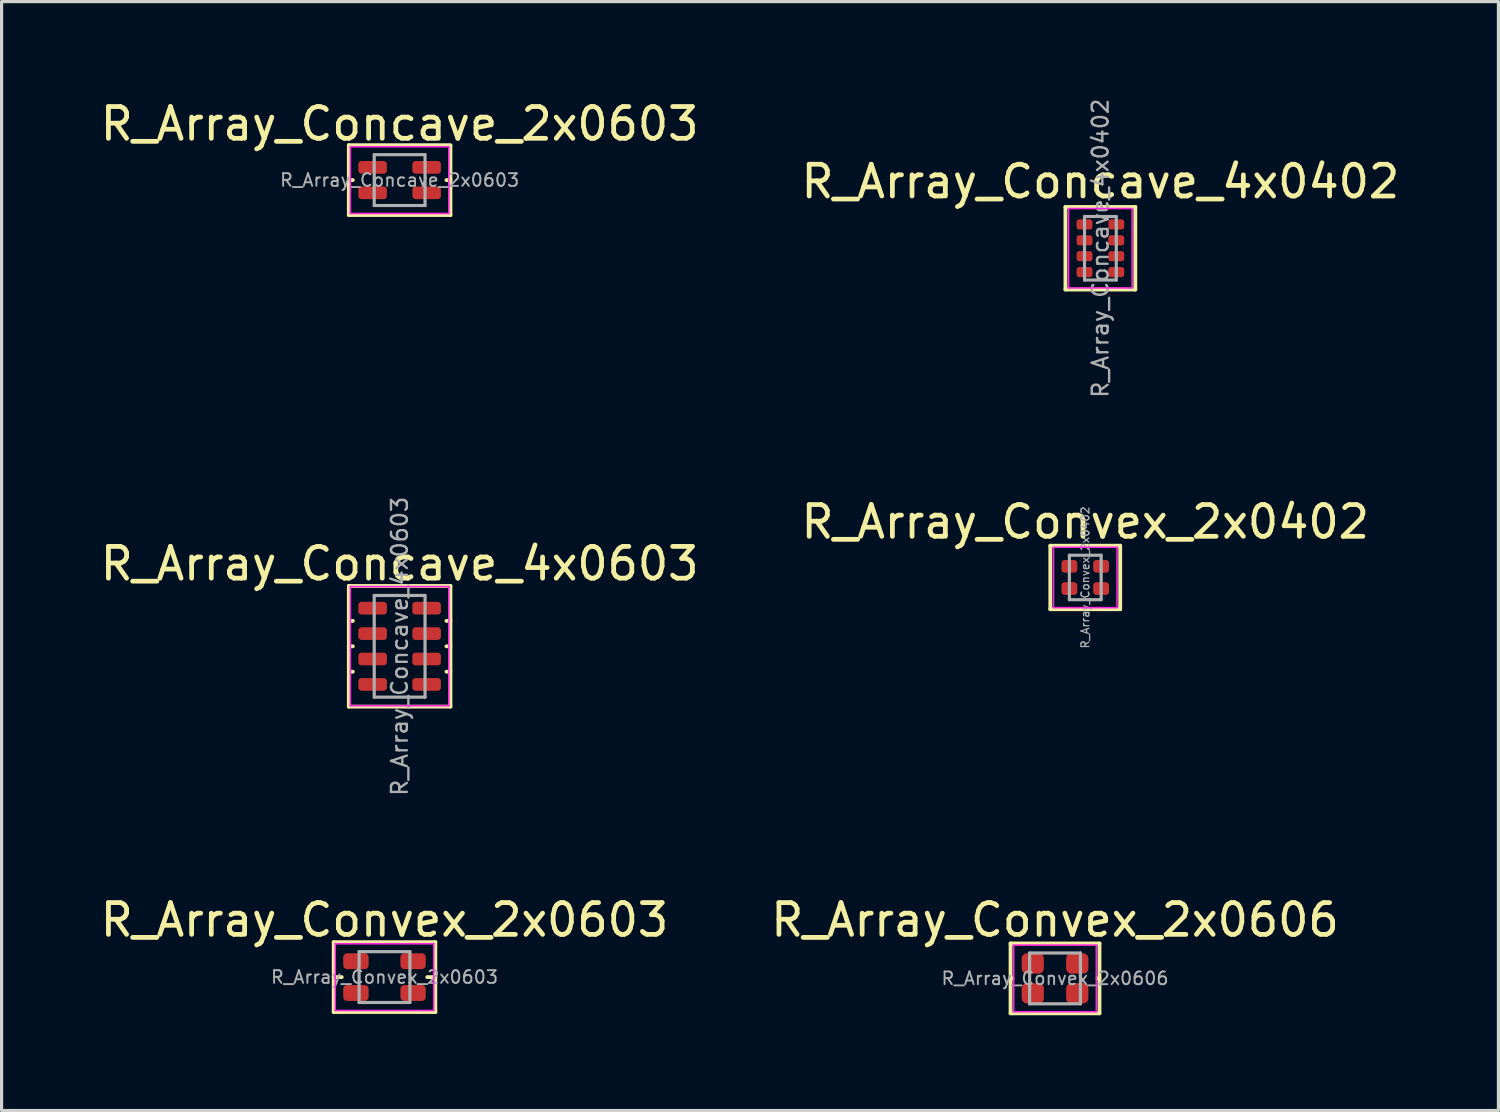
<source format=kicad_pcb>
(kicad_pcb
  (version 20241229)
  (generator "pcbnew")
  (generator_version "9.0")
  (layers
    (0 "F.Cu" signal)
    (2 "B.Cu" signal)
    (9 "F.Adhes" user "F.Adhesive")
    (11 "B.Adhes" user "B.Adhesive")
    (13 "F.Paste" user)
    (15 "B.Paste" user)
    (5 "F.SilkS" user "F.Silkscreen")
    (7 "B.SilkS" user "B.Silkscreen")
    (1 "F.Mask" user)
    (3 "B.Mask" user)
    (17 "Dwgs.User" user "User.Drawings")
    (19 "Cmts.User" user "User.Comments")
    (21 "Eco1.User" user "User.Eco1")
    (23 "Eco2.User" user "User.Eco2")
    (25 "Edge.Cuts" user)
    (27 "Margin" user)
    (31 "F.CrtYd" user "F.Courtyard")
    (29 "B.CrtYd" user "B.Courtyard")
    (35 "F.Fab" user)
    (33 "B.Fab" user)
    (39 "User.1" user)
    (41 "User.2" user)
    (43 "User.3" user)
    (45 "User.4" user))
  (footprint "R_Array_Concave_4x0402"
    (layer "F.Cu")
    (at 31.589 4.765)
    (property "Reference" "R_Array_Concave_4x0402" (at 0 -2.1 0) (layer "F.SilkS") (effects (font (size 1 1) (thickness 0.15))))
    (attr smd)
    (fp_line (start -1.1 -1.3) (end -1.1 1.3) (stroke (width 0.12) (type solid)) (layer "F.SilkS"))
    (fp_line (start -1.1 1.3) (end 1.1 1.3) (stroke (width 0.12) (type solid)) (layer "F.SilkS"))
    (fp_line (start 1.1 -1.3) (end -1.1 -1.3) (stroke (width 0.12) (type solid)) (layer "F.SilkS"))
    (fp_line (start 1.1 1.3) (end 1.1 -1.3) (stroke (width 0.12) (type solid)) (layer "F.SilkS"))
    (fp_line (start -1 -1.25) (end -1 1.25) (stroke (width 0.05) (type solid)) (layer "F.CrtYd"))
    (fp_line (start -1 -1.25) (end 1 -1.25) (stroke (width 0.05) (type solid)) (layer "F.CrtYd"))
    (fp_line (start 1 1.25) (end -1 1.25) (stroke (width 0.05) (type solid)) (layer "F.CrtYd"))
    (fp_line (start 1 1.25) (end 1 -1.25) (stroke (width 0.05) (type solid)) (layer "F.CrtYd"))
    (fp_line (start -0.5 -1) (end 0.5 -1) (stroke (width 0.1) (type solid)) (layer "F.Fab"))
    (fp_line (start -0.5 1) (end -0.5 -1) (stroke (width 0.1) (type solid)) (layer "F.Fab"))
    (fp_line (start 0.5 -1) (end 0.5 1) (stroke (width 0.1) (type solid)) (layer "F.Fab"))
    (fp_line (start 0.5 1) (end -0.5 1) (stroke (width 0.1) (type solid)) (layer "F.Fab"))
    (fp_text user "${REFERENCE}" (at 0 0 90) (layer "F.Fab") (effects (font (size 0.5 0.5) (thickness 0.075))))
    (pad "1" smd roundrect (at -0.5 -0.75) (size 0.5 0.32) (layers "F.Cu" "F.Mask" "F.Paste") (roundrect_rratio 0.25))
    (pad "2" smd roundrect (at -0.5 -0.25) (size 0.5 0.32) (layers "F.Cu" "F.Mask" "F.Paste") (roundrect_rratio 0.25))
    (pad "3" smd roundrect (at -0.5 0.25) (size 0.5 0.32) (layers "F.Cu" "F.Mask" "F.Paste") (roundrect_rratio 0.25))
    (pad "4" smd roundrect (at -0.5 0.75) (size 0.5 0.32) (layers "F.Cu" "F.Mask" "F.Paste") (roundrect_rratio 0.25))
    (pad "5" smd roundrect (at 0.5 0.75) (size 0.5 0.32) (layers "F.Cu" "F.Mask" "F.Paste") (roundrect_rratio 0.25))
    (pad "6" smd roundrect (at 0.5 0.25) (size 0.5 0.32) (layers "F.Cu" "F.Mask" "F.Paste") (roundrect_rratio 0.25))
    (pad "7" smd roundrect (at 0.5 -0.25) (size 0.5 0.32) (layers "F.Cu" "F.Mask" "F.Paste") (roundrect_rratio 0.25))
    (pad "8" smd roundrect (at 0.5 -0.75) (size 0.5 0.32) (layers "F.Cu" "F.Mask" "F.Paste") (roundrect_rratio 0.25)))
  (footprint "R_Array_Convex_2x0402"
    (layer "F.Cu")
    (at 31.113 15.128)
    (property "Reference" "R_Array_Convex_2x0402" (at 0 -1.75 0) (layer "F.SilkS") (effects (font (size 1 1) (thickness 0.15))))
    (attr smd)
    (fp_line (start -1.1 -1) (end -1.1 1) (stroke (width 0.12) (type solid)) (layer "F.SilkS"))
    (fp_line (start -1.1 1) (end 1.1 1) (stroke (width 0.12) (type solid)) (layer "F.SilkS"))
    (fp_line (start 1.1 -1) (end -1.1 -1) (stroke (width 0.12) (type solid)) (layer "F.SilkS"))
    (fp_line (start 1.1 1) (end 1.1 -1) (stroke (width 0.12) (type solid)) (layer "F.SilkS"))
    (fp_line (start -1 -0.95) (end -1 0.95) (stroke (width 0.05) (type solid)) (layer "F.CrtYd"))
    (fp_line (start -1 -0.95) (end 1 -0.95) (stroke (width 0.05) (type solid)) (layer "F.CrtYd"))
    (fp_line (start 1 0.95) (end -1 0.95) (stroke (width 0.05) (type solid)) (layer "F.CrtYd"))
    (fp_line (start 1 0.95) (end 1 -0.95) (stroke (width 0.05) (type solid)) (layer "F.CrtYd"))
    (fp_line (start -0.5 -0.7) (end -0.5 0.7) (stroke (width 0.1) (type solid)) (layer "F.Fab"))
    (fp_line (start -0.5 0.7) (end 0.5 0.7) (stroke (width 0.1) (type solid)) (layer "F.Fab"))
    (fp_line (start 0.5 -0.7) (end -0.5 -0.7) (stroke (width 0.1) (type solid)) (layer "F.Fab"))
    (fp_line (start 0.5 0.7) (end 0.5 -0.7) (stroke (width 0.1) (type solid)) (layer "F.Fab"))
    (fp_text user "${REFERENCE}" (at 0 0 90) (layer "F.Fab") (effects (font (size 0.25 0.25) (thickness 0.04))))
    (pad "1" smd roundrect (at -0.5 -0.35) (size 0.5 0.4) (layers "F.Cu" "F.Mask" "F.Paste") (roundrect_rratio 0.25))
    (pad "2" smd roundrect (at -0.5 0.35) (size 0.5 0.4) (layers "F.Cu" "F.Mask" "F.Paste") (roundrect_rratio 0.25))
    (pad "3" smd roundrect (at 0.5 0.35) (size 0.5 0.4) (layers "F.Cu" "F.Mask" "F.Paste") (roundrect_rratio 0.25))
    (pad "4" smd roundrect (at 0.5 -0.35) (size 0.5 0.4) (layers "F.Cu" "F.Mask" "F.Paste") (roundrect_rratio 0.25)))
  (footprint "R_Array_Convex_2x0606"
    (layer "F.Cu")
    (at 30.161 27.749)
    (property "Reference" "R_Array_Convex_2x0606" (at 0 -1.841 0) (layer "F.SilkS") (effects (font (size 1 1) (thickness 0.15))))
    (attr smd)
    (fp_line (start -1.4 -1.1) (end 1.4 -1.1) (stroke (width 0.12) (type solid)) (layer "F.SilkS"))
    (fp_line (start -1.4 1.1) (end -1.4 -1.1) (stroke (width 0.12) (type solid)) (layer "F.SilkS"))
    (fp_line (start -1.337 0) (end -1.4 0) (stroke (width 0.12) (type solid)) (layer "F.SilkS"))
    (fp_line (start 1.4 -1.1) (end 1.4 1.1) (stroke (width 0.12) (type solid)) (layer "F.SilkS"))
    (fp_line (start 1.4 0) (end 1.337 0) (stroke (width 0.12) (type solid)) (layer "F.SilkS"))
    (fp_line (start 1.4 1.1) (end -1.4 1.1) (stroke (width 0.12) (type solid)) (layer "F.SilkS"))
    (fp_line (start -1.3 -1.05) (end -1.3 1.05) (stroke (width 0.05) (type solid)) (layer "F.CrtYd"))
    (fp_line (start -1.3 -1.05) (end 1.3 -1.05) (stroke (width 0.05) (type solid)) (layer "F.CrtYd"))
    (fp_line (start 1.3 1.05) (end -1.3 1.05) (stroke (width 0.05) (type solid)) (layer "F.CrtYd"))
    (fp_line (start 1.3 1.05) (end 1.3 -1.05) (stroke (width 0.05) (type solid)) (layer "F.CrtYd"))
    (fp_line (start -0.8 -0.8) (end 0.8 -0.8) (stroke (width 0.1) (type solid)) (layer "F.Fab"))
    (fp_line (start -0.8 0.8) (end -0.8 -0.8) (stroke (width 0.1) (type solid)) (layer "F.Fab"))
    (fp_line (start 0.8 -0.8) (end 0.8 0.8) (stroke (width 0.1) (type solid)) (layer "F.Fab"))
    (fp_line (start 0.8 0.8) (end -0.8 0.8) (stroke (width 0.1) (type solid)) (layer "F.Fab"))
    (fp_text user "${REFERENCE}" (at 0 0 0) (layer "F.Fab") (effects (font (size 0.4 0.4) (thickness 0.06))))
    (pad "1" smd roundrect (at -0.7 -0.47) (size 0.7 0.64) (layers "F.Cu" "F.Mask" "F.Paste") (roundrect_rratio 0.25))
    (pad "2" smd roundrect (at -0.7 0.47) (size 0.7 0.64) (layers "F.Cu" "F.Mask" "F.Paste") (roundrect_rratio 0.25))
    (pad "3" smd roundrect (at 0.7 0.47) (size 0.7 0.64) (layers "F.Cu" "F.Mask" "F.Paste") (roundrect_rratio 0.25))
    (pad "4" smd roundrect (at 0.7 -0.47) (size 0.7 0.64) (layers "F.Cu" "F.Mask" "F.Paste") (roundrect_rratio 0.25)))
  (footprint "R_Array_Convex_2x0603"
    (layer "F.Cu")
    (at 9.054 27.708)
    (property "Reference" "R_Array_Convex_2x0603" (at 0 -1.8 0) (layer "F.SilkS") (effects (font (size 1 1) (thickness 0.15))))
    (attr smd)
    (fp_line (start -1.6 -1.1) (end -1.6 1.1) (stroke (width 0.12) (type solid)) (layer "F.SilkS"))
    (fp_line (start -1.6 0) (end -1.346 0) (stroke (width 0.12) (type solid)) (layer "F.SilkS"))
    (fp_line (start -1.6 1.1) (end 1.079 1.1) (stroke (width 0.12) (type solid)) (layer "F.SilkS"))
    (fp_line (start 1.079 1.1) (end 1.6 1.1) (stroke (width 0.12) (type solid)) (layer "F.SilkS"))
    (fp_line (start 1.6 -1.1) (end -1.6 -1.1) (stroke (width 0.12) (type solid)) (layer "F.SilkS"))
    (fp_line (start 1.6 0) (end 1.346 0) (stroke (width 0.12) (type solid)) (layer "F.SilkS"))
    (fp_line (start 1.6 1.1) (end 1.6 -1.1) (stroke (width 0.12) (type solid)) (layer "F.SilkS"))
    (fp_line (start -1.55 -1.05) (end -1.55 1.05) (stroke (width 0.05) (type solid)) (layer "F.CrtYd"))
    (fp_line (start -1.55 -1.05) (end 1.55 -1.05) (stroke (width 0.05) (type solid)) (layer "F.CrtYd"))
    (fp_line (start 1.55 1.05) (end -1.55 1.05) (stroke (width 0.05) (type solid)) (layer "F.CrtYd"))
    (fp_line (start 1.55 1.05) (end 1.55 -1.05) (stroke (width 0.05) (type solid)) (layer "F.CrtYd"))
    (fp_line (start -0.8 -0.8) (end 0.8 -0.8) (stroke (width 0.1) (type solid)) (layer "F.Fab"))
    (fp_line (start -0.8 0.8) (end -0.8 -0.8) (stroke (width 0.1) (type solid)) (layer "F.Fab"))
    (fp_line (start 0.8 -0.8) (end 0.8 0.8) (stroke (width 0.1) (type solid)) (layer "F.Fab"))
    (fp_line (start 0.8 0.8) (end -0.8 0.8) (stroke (width 0.1) (type solid)) (layer "F.Fab"))
    (fp_text user "${REFERENCE}" (at 0 0 0) (layer "F.Fab") (effects (font (size 0.4 0.4) (thickness 0.06))))
    (pad "1" smd roundrect (at -0.9 -0.5) (size 0.8 0.5) (layers "F.Cu" "F.Mask" "F.Paste") (roundrect_rratio 0.25))
    (pad "2" smd roundrect (at -0.9 0.5) (size 0.8 0.5) (layers "F.Cu" "F.Mask" "F.Paste") (roundrect_rratio 0.25))
    (pad "3" smd roundrect (at 0.9 0.5) (size 0.8 0.5) (layers "F.Cu" "F.Mask" "F.Paste") (roundrect_rratio 0.25))
    (pad "4" smd roundrect (at 0.9 -0.5) (size 0.8 0.5) (layers "F.Cu" "F.Mask" "F.Paste") (roundrect_rratio 0.25)))
  (footprint "R_Array_Concave_4x0603"
    (layer "F.Cu")
    (at 9.53 17.295)
    (property "Reference" "R_Array_Concave_4x0603" (at 0 -2.6 0) (layer "F.SilkS") (effects (font (size 1 1) (thickness 0.15))))
    (attr smd)
    (fp_line (start -1.6 -1.9) (end 1.6 -1.9) (stroke (width 0.12) (type solid)) (layer "F.SilkS"))
    (fp_line (start -1.6 -0.8) (end -1.473 -0.8) (stroke (width 0.12) (type solid)) (layer "F.SilkS"))
    (fp_line (start -1.6 0) (end -1.473 0) (stroke (width 0.12) (type solid)) (layer "F.SilkS"))
    (fp_line (start -1.6 0.8) (end -1.473 0.8) (stroke (width 0.12) (type solid)) (layer "F.SilkS"))
    (fp_line (start -1.6 1.9) (end -1.6 -1.9) (stroke (width 0.12) (type solid)) (layer "F.SilkS"))
    (fp_line (start 1.6 -1.9) (end 1.6 1.9) (stroke (width 0.12) (type solid)) (layer "F.SilkS"))
    (fp_line (start 1.6 -0.8) (end 1.473 -0.8) (stroke (width 0.12) (type solid)) (layer "F.SilkS"))
    (fp_line (start 1.6 0) (end 1.473 0) (stroke (width 0.12) (type solid)) (layer "F.SilkS"))
    (fp_line (start 1.6 0.8) (end 1.473 0.8) (stroke (width 0.12) (type solid)) (layer "F.SilkS"))
    (fp_line (start 1.6 1.9) (end -1.6 1.9) (stroke (width 0.12) (type solid)) (layer "F.SilkS"))
    (fp_line (start -1.55 -1.88) (end -1.55 1.87) (stroke (width 0.05) (type solid)) (layer "F.CrtYd"))
    (fp_line (start -1.55 -1.88) (end 1.55 -1.88) (stroke (width 0.05) (type solid)) (layer "F.CrtYd"))
    (fp_line (start 1.55 1.87) (end -1.55 1.87) (stroke (width 0.05) (type solid)) (layer "F.CrtYd"))
    (fp_line (start 1.55 1.87) (end 1.55 -1.88) (stroke (width 0.05) (type solid)) (layer "F.CrtYd"))
    (fp_line (start -0.8 -1.6) (end 0.8 -1.6) (stroke (width 0.1) (type solid)) (layer "F.Fab"))
    (fp_line (start -0.8 1.6) (end -0.8 -1.6) (stroke (width 0.1) (type solid)) (layer "F.Fab"))
    (fp_line (start 0.8 -1.6) (end 0.8 1.6) (stroke (width 0.1) (type solid)) (layer "F.Fab"))
    (fp_line (start 0.8 1.6) (end -0.8 1.6) (stroke (width 0.1) (type solid)) (layer "F.Fab"))
    (fp_text user "${REFERENCE}" (at 0 0 90) (layer "F.Fab") (effects (font (size 0.5 0.5) (thickness 0.075))))
    (pad "1" smd roundrect (at -0.85 -1.2) (size 0.9 0.4) (layers "F.Cu" "F.Mask" "F.Paste") (roundrect_rratio 0.25))
    (pad "2" smd roundrect (at -0.85 -0.4) (size 0.9 0.4) (layers "F.Cu" "F.Mask" "F.Paste") (roundrect_rratio 0.25))
    (pad "3" smd roundrect (at -0.85 0.4) (size 0.9 0.4) (layers "F.Cu" "F.Mask" "F.Paste") (roundrect_rratio 0.25))
    (pad "4" smd roundrect (at -0.85 1.2) (size 0.9 0.4) (layers "F.Cu" "F.Mask" "F.Paste") (roundrect_rratio 0.25))
    (pad "5" smd roundrect (at 0.85 1.2) (size 0.9 0.4) (layers "F.Cu" "F.Mask" "F.Paste") (roundrect_rratio 0.25))
    (pad "6" smd roundrect (at 0.85 0.4) (size 0.9 0.4) (layers "F.Cu" "F.Mask" "F.Paste") (roundrect_rratio 0.25))
    (pad "7" smd roundrect (at 0.85 -0.4) (size 0.9 0.4) (layers "F.Cu" "F.Mask" "F.Paste") (roundrect_rratio 0.25))
    (pad "8" smd roundrect (at 0.85 -1.2) (size 0.9 0.4) (layers "F.Cu" "F.Mask" "F.Paste") (roundrect_rratio 0.25)))
  (footprint "R_Array_Concave_2x0603"
    (layer "F.Cu")
    (at 9.53 2.619)
    (property "Reference" "R_Array_Concave_2x0603" (at 0 -1.77 0) (layer "F.SilkS") (effects (font (size 1 1) (thickness 0.15))))
    (attr smd)
    (fp_line (start -1.6 -1.1) (end -1.6 1.1) (stroke (width 0.12) (type solid)) (layer "F.SilkS"))
    (fp_line (start -1.6 0) (end -1.473 0) (stroke (width 0.12) (type solid)) (layer "F.SilkS"))
    (fp_line (start -1.6 1.1) (end 1.6 1.1) (stroke (width 0.12) (type solid)) (layer "F.SilkS"))
    (fp_line (start 1.6 -1.1) (end -1.6 -1.1) (stroke (width 0.12) (type solid)) (layer "F.SilkS"))
    (fp_line (start 1.6 0) (end 1.473 0) (stroke (width 0.12) (type solid)) (layer "F.SilkS"))
    (fp_line (start 1.6 1.1) (end 1.6 -1.079) (stroke (width 0.12) (type solid)) (layer "F.SilkS"))
    (fp_line (start -1.55 -1.05) (end -1.55 1.05) (stroke (width 0.05) (type solid)) (layer "F.CrtYd"))
    (fp_line (start -1.55 -1.05) (end 1.55 -1.05) (stroke (width 0.05) (type solid)) (layer "F.CrtYd"))
    (fp_line (start 1.55 1.05) (end -1.55 1.05) (stroke (width 0.05) (type solid)) (layer "F.CrtYd"))
    (fp_line (start 1.55 1.05) (end 1.55 -1.05) (stroke (width 0.05) (type solid)) (layer "F.CrtYd"))
    (fp_line (start -0.8 -0.8) (end 0.8 -0.8) (stroke (width 0.1) (type solid)) (layer "F.Fab"))
    (fp_line (start -0.8 0.8) (end -0.8 -0.8) (stroke (width 0.1) (type solid)) (layer "F.Fab"))
    (fp_line (start 0.8 -0.8) (end 0.8 0.8) (stroke (width 0.1) (type solid)) (layer "F.Fab"))
    (fp_line (start 0.8 0.8) (end -0.8 0.8) (stroke (width 0.1) (type solid)) (layer "F.Fab"))
    (fp_text user "${REFERENCE}" (at 0 0 0) (layer "F.Fab") (effects (font (size 0.4 0.4) (thickness 0.06))))
    (pad "1" smd roundrect (at -0.85 -0.4) (size 0.9 0.4) (layers "F.Cu" "F.Mask" "F.Paste") (roundrect_rratio 0.25))
    (pad "2" smd roundrect (at -0.85 0.4) (size 0.9 0.4) (layers "F.Cu" "F.Mask" "F.Paste") (roundrect_rratio 0.25))
    (pad "3" smd roundrect (at 0.85 0.4) (size 0.9 0.4) (layers "F.Cu" "F.Mask" "F.Paste") (roundrect_rratio 0.25))
    (pad "4" smd roundrect (at 0.85 -0.4) (size 0.9 0.4) (layers "F.Cu" "F.Mask" "F.Paste") (roundrect_rratio 0.25)))
  (gr_rect
    (start -3 -3)
    (end 44.119 31.909)
    (stroke (width 0.1) (type default))
    (fill no)
    (layer "Edge.Cuts")))
</source>
